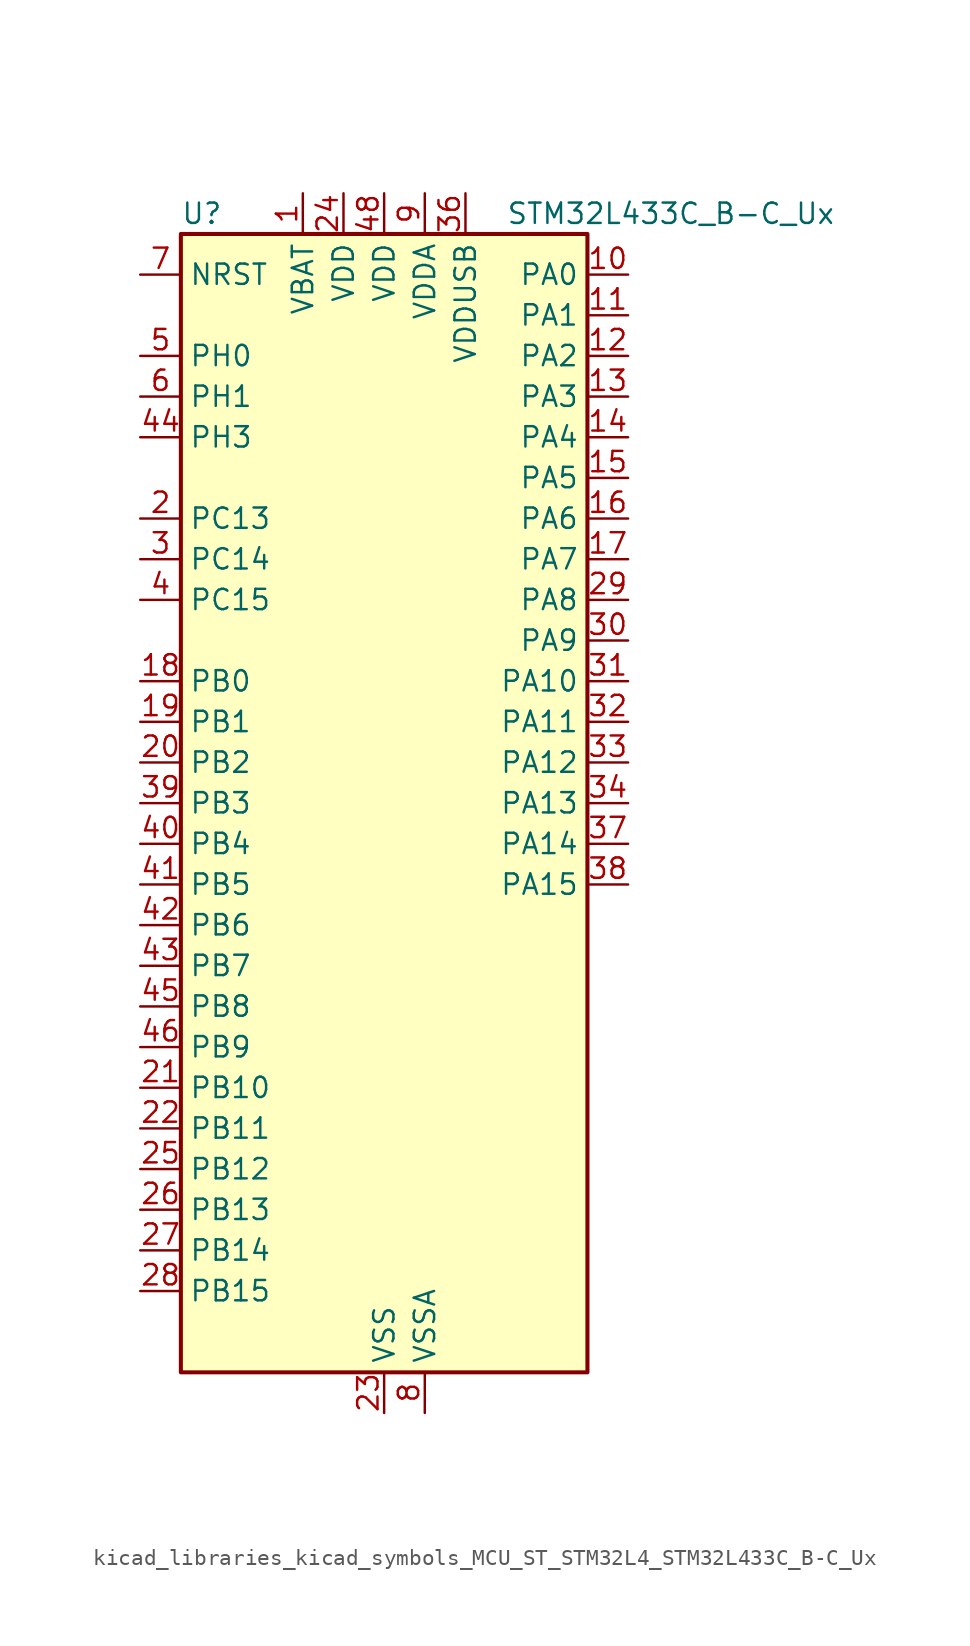
<source format=kicad_sym>
(kicad_symbol_lib
  (version 20220914)
  (generator kicad_symbol_editor)
  (symbol "kicad_libraries_kicad_symbols_MCU_ST_STM32L4_STM32L433C_B-C_Ux"
    (property "Reference" "U"
      (at -12.7 36.83 0)
      (effects (font (size 1.27 1.27)) (justify left)))
    (property "Value" "STM32L433C_B-C_Ux"
      (at 7.62 36.83 0)
      (effects (font (size 1.27 1.27)) (justify left)))
    (property "ki_locked" ""
      (at 0 0 0)
      (effects (font (size 1.27 1.27))))
    (symbol "kicad_libraries_kicad_symbols_MCU_ST_STM32L4_STM32L433C_B-C_Ux_0_1"
      (rectangle (start -12.7 -35.56) (end 12.7 35.56) (stroke (width 0.254) (type default)) (fill (type background))))
    (symbol "kicad_libraries_kicad_symbols_MCU_ST_STM32L4_STM32L433C_B-C_Ux_1_1"
      (pin power_in line (at -5.08 38.1 270) (length 2.54) (name "VBAT" (effects (font (size 1.27 1.27)))) (number "1" (effects (font (size 1.27 1.27)))))
      (pin bidirectional line (at 15.24 33.02 180) (length 2.54) (name "PA0" (effects (font (size 1.27 1.27)))) (number "10" (effects (font (size 1.27 1.27)))) (alternate "ADC1_IN5" bidirectional line) (alternate "COMP1_INM" bidirectional line) (alternate "COMP1_OUT" bidirectional line) (alternate "OPAMP1_VINP" bidirectional line) (alternate "RTC_TAMP2" bidirectional line) (alternate "SAI1_EXTCLK" bidirectional line) (alternate "SYS_WKUP1" bidirectional line) (alternate "TIM2_CH1" bidirectional line) (alternate "TIM2_ETR" bidirectional line) (alternate "USART2_CTS" bidirectional line))
      (pin bidirectional line (at 15.24 30.48 180) (length 2.54) (name "PA1" (effects (font (size 1.27 1.27)))) (number "11" (effects (font (size 1.27 1.27)))) (alternate "ADC1_IN6" bidirectional line) (alternate "COMP1_INP" bidirectional line) (alternate "I2C1_SMBA" bidirectional line) (alternate "LCD_SEG0" bidirectional line) (alternate "OPAMP1_VINM" bidirectional line) (alternate "SPI1_SCK" bidirectional line) (alternate "TIM15_CH1N" bidirectional line) (alternate "TIM2_CH2" bidirectional line) (alternate "USART2_DE" bidirectional line) (alternate "USART2_RTS" bidirectional line))
      (pin bidirectional line (at 15.24 27.94 180) (length 2.54) (name "PA2" (effects (font (size 1.27 1.27)))) (number "12" (effects (font (size 1.27 1.27)))) (alternate "ADC1_IN7" bidirectional line) (alternate "COMP2_INM" bidirectional line) (alternate "COMP2_OUT" bidirectional line) (alternate "LCD_SEG1" bidirectional line) (alternate "LPUART1_TX" bidirectional line) (alternate "QUADSPI_BK1_NCS" bidirectional line) (alternate "RCC_LSCO" bidirectional line) (alternate "SYS_WKUP4" bidirectional line) (alternate "TIM15_CH1" bidirectional line) (alternate "TIM2_CH3" bidirectional line) (alternate "USART2_TX" bidirectional line))
      (pin bidirectional line (at 15.24 25.4 180) (length 2.54) (name "PA3" (effects (font (size 1.27 1.27)))) (number "13" (effects (font (size 1.27 1.27)))) (alternate "ADC1_IN8" bidirectional line) (alternate "COMP2_INP" bidirectional line) (alternate "LCD_SEG2" bidirectional line) (alternate "LPUART1_RX" bidirectional line) (alternate "OPAMP1_VOUT" bidirectional line) (alternate "QUADSPI_CLK" bidirectional line) (alternate "SAI1_MCLK_A" bidirectional line) (alternate "TIM15_CH2" bidirectional line) (alternate "TIM2_CH4" bidirectional line) (alternate "USART2_RX" bidirectional line))
      (pin bidirectional line (at 15.24 22.86 180) (length 2.54) (name "PA4" (effects (font (size 1.27 1.27)))) (number "14" (effects (font (size 1.27 1.27)))) (alternate "ADC1_IN9" bidirectional line) (alternate "COMP1_INM" bidirectional line) (alternate "COMP2_INM" bidirectional line) (alternate "DAC1_OUT1" bidirectional line) (alternate "LPTIM2_OUT" bidirectional line) (alternate "SAI1_FS_B" bidirectional line) (alternate "SPI1_NSS" bidirectional line) (alternate "SPI3_NSS" bidirectional line) (alternate "USART2_CK" bidirectional line))
      (pin bidirectional line (at 15.24 20.32 180) (length 2.54) (name "PA5" (effects (font (size 1.27 1.27)))) (number "15" (effects (font (size 1.27 1.27)))) (alternate "ADC1_IN10" bidirectional line) (alternate "COMP1_INM" bidirectional line) (alternate "COMP2_INM" bidirectional line) (alternate "DAC1_OUT2" bidirectional line) (alternate "LPTIM2_ETR" bidirectional line) (alternate "SPI1_SCK" bidirectional line) (alternate "TIM2_CH1" bidirectional line) (alternate "TIM2_ETR" bidirectional line))
      (pin bidirectional line (at 15.24 17.78 180) (length 2.54) (name "PA6" (effects (font (size 1.27 1.27)))) (number "16" (effects (font (size 1.27 1.27)))) (alternate "ADC1_IN11" bidirectional line) (alternate "COMP1_OUT" bidirectional line) (alternate "LCD_SEG3" bidirectional line) (alternate "LPUART1_CTS" bidirectional line) (alternate "QUADSPI_BK1_IO3" bidirectional line) (alternate "SPI1_MISO" bidirectional line) (alternate "TIM16_CH1" bidirectional line) (alternate "TIM1_BKIN" bidirectional line) (alternate "TIM1_BKIN_COMP2" bidirectional line) (alternate "USART3_CTS" bidirectional line))
      (pin bidirectional line (at 15.24 15.24 180) (length 2.54) (name "PA7" (effects (font (size 1.27 1.27)))) (number "17" (effects (font (size 1.27 1.27)))) (alternate "ADC1_IN12" bidirectional line) (alternate "COMP2_OUT" bidirectional line) (alternate "I2C3_SCL" bidirectional line) (alternate "LCD_SEG4" bidirectional line) (alternate "QUADSPI_BK1_IO2" bidirectional line) (alternate "SPI1_MOSI" bidirectional line) (alternate "TIM1_CH1N" bidirectional line))
      (pin bidirectional line (at -15.24 7.62 0) (length 2.54) (name "PB0" (effects (font (size 1.27 1.27)))) (number "18" (effects (font (size 1.27 1.27)))) (alternate "ADC1_IN15" bidirectional line) (alternate "COMP1_OUT" bidirectional line) (alternate "LCD_SEG5" bidirectional line) (alternate "QUADSPI_BK1_IO1" bidirectional line) (alternate "SAI1_EXTCLK" bidirectional line) (alternate "SPI1_NSS" bidirectional line) (alternate "TIM1_CH2N" bidirectional line) (alternate "USART3_CK" bidirectional line))
      (pin bidirectional line (at -15.24 5.08 0) (length 2.54) (name "PB1" (effects (font (size 1.27 1.27)))) (number "19" (effects (font (size 1.27 1.27)))) (alternate "ADC1_IN16" bidirectional line) (alternate "COMP1_INM" bidirectional line) (alternate "LCD_SEG6" bidirectional line) (alternate "LPTIM2_IN1" bidirectional line) (alternate "LPUART1_DE" bidirectional line) (alternate "LPUART1_RTS" bidirectional line) (alternate "QUADSPI_BK1_IO0" bidirectional line) (alternate "TIM1_CH3N" bidirectional line) (alternate "USART3_DE" bidirectional line) (alternate "USART3_RTS" bidirectional line))
      (pin bidirectional line (at -15.24 17.78 0) (length 2.54) (name "PC13" (effects (font (size 1.27 1.27)))) (number "2" (effects (font (size 1.27 1.27)))) (alternate "RTC_OUT_ALARM" bidirectional line) (alternate "RTC_OUT_CALIB" bidirectional line) (alternate "RTC_TAMP1" bidirectional line) (alternate "RTC_TS" bidirectional line) (alternate "SYS_WKUP2" bidirectional line))
      (pin bidirectional line (at -15.24 2.54 0) (length 2.54) (name "PB2" (effects (font (size 1.27 1.27)))) (number "20" (effects (font (size 1.27 1.27)))) (alternate "COMP1_INP" bidirectional line) (alternate "I2C3_SMBA" bidirectional line) (alternate "LCD_VLCD" bidirectional line) (alternate "LPTIM1_OUT" bidirectional line) (alternate "RTC_OUT_ALARM" bidirectional line) (alternate "RTC_OUT_CALIB" bidirectional line))
      (pin bidirectional line (at -15.24 -17.78 0) (length 2.54) (name "PB10" (effects (font (size 1.27 1.27)))) (number "21" (effects (font (size 1.27 1.27)))) (alternate "COMP1_OUT" bidirectional line) (alternate "I2C2_SCL" bidirectional line) (alternate "LCD_SEG10" bidirectional line) (alternate "LPUART1_RX" bidirectional line) (alternate "QUADSPI_CLK" bidirectional line) (alternate "SAI1_SCK_A" bidirectional line) (alternate "SPI2_SCK" bidirectional line) (alternate "TIM2_CH3" bidirectional line) (alternate "TSC_SYNC" bidirectional line) (alternate "USART3_TX" bidirectional line))
      (pin bidirectional line (at -15.24 -20.32 0) (length 2.54) (name "PB11" (effects (font (size 1.27 1.27)))) (number "22" (effects (font (size 1.27 1.27)))) (alternate "ADC1_EXTI11" bidirectional line) (alternate "COMP2_OUT" bidirectional line) (alternate "I2C2_SDA" bidirectional line) (alternate "LCD_SEG11" bidirectional line) (alternate "LPUART1_TX" bidirectional line) (alternate "QUADSPI_BK1_NCS" bidirectional line) (alternate "TIM2_CH4" bidirectional line) (alternate "USART3_RX" bidirectional line))
      (pin power_in line (at 0 -38.1 90) (length 2.54) (name "VSS" (effects (font (size 1.27 1.27)))) (number "23" (effects (font (size 1.27 1.27)))))
      (pin power_in line (at -2.54 38.1 270) (length 2.54) (name "VDD" (effects (font (size 1.27 1.27)))) (number "24" (effects (font (size 1.27 1.27)))))
      (pin bidirectional line (at -15.24 -22.86 0) (length 2.54) (name "PB12" (effects (font (size 1.27 1.27)))) (number "25" (effects (font (size 1.27 1.27)))) (alternate "I2C2_SMBA" bidirectional line) (alternate "LCD_SEG12" bidirectional line) (alternate "LPUART1_DE" bidirectional line) (alternate "LPUART1_RTS" bidirectional line) (alternate "SAI1_FS_A" bidirectional line) (alternate "SPI2_NSS" bidirectional line) (alternate "SWPMI1_IO" bidirectional line) (alternate "TIM15_BKIN" bidirectional line) (alternate "TIM1_BKIN" bidirectional line) (alternate "TIM1_BKIN_COMP2" bidirectional line) (alternate "TSC_G1_IO1" bidirectional line) (alternate "USART3_CK" bidirectional line))
      (pin bidirectional line (at -15.24 -25.4 0) (length 2.54) (name "PB13" (effects (font (size 1.27 1.27)))) (number "26" (effects (font (size 1.27 1.27)))) (alternate "I2C2_SCL" bidirectional line) (alternate "LCD_SEG13" bidirectional line) (alternate "LPUART1_CTS" bidirectional line) (alternate "SAI1_SCK_A" bidirectional line) (alternate "SPI2_SCK" bidirectional line) (alternate "SWPMI1_TX" bidirectional line) (alternate "TIM15_CH1N" bidirectional line) (alternate "TIM1_CH1N" bidirectional line) (alternate "TSC_G1_IO2" bidirectional line) (alternate "USART3_CTS" bidirectional line))
      (pin bidirectional line (at -15.24 -27.94 0) (length 2.54) (name "PB14" (effects (font (size 1.27 1.27)))) (number "27" (effects (font (size 1.27 1.27)))) (alternate "I2C2_SDA" bidirectional line) (alternate "LCD_SEG14" bidirectional line) (alternate "SAI1_MCLK_A" bidirectional line) (alternate "SPI2_MISO" bidirectional line) (alternate "SWPMI1_RX" bidirectional line) (alternate "TIM15_CH1" bidirectional line) (alternate "TIM1_CH2N" bidirectional line) (alternate "TSC_G1_IO3" bidirectional line) (alternate "USART3_DE" bidirectional line) (alternate "USART3_RTS" bidirectional line))
      (pin bidirectional line (at -15.24 -30.48 0) (length 2.54) (name "PB15" (effects (font (size 1.27 1.27)))) (number "28" (effects (font (size 1.27 1.27)))) (alternate "ADC1_EXTI15" bidirectional line) (alternate "LCD_SEG15" bidirectional line) (alternate "RTC_REFIN" bidirectional line) (alternate "SAI1_SD_A" bidirectional line) (alternate "SPI2_MOSI" bidirectional line) (alternate "SWPMI1_SUSPEND" bidirectional line) (alternate "TIM15_CH2" bidirectional line) (alternate "TIM1_CH3N" bidirectional line) (alternate "TSC_G1_IO4" bidirectional line))
      (pin bidirectional line (at 15.24 12.7 180) (length 2.54) (name "PA8" (effects (font (size 1.27 1.27)))) (number "29" (effects (font (size 1.27 1.27)))) (alternate "LCD_COM0" bidirectional line) (alternate "LPTIM2_OUT" bidirectional line) (alternate "RCC_MCO" bidirectional line) (alternate "SAI1_SCK_A" bidirectional line) (alternate "SWPMI1_IO" bidirectional line) (alternate "TIM1_CH1" bidirectional line) (alternate "USART1_CK" bidirectional line))
      (pin bidirectional line (at -15.24 15.24 0) (length 2.54) (name "PC14" (effects (font (size 1.27 1.27)))) (number "3" (effects (font (size 1.27 1.27)))) (alternate "RCC_OSC32_IN" bidirectional line))
      (pin bidirectional line (at 15.24 10.16 180) (length 2.54) (name "PA9" (effects (font (size 1.27 1.27)))) (number "30" (effects (font (size 1.27 1.27)))) (alternate "DAC1_EXTI9" bidirectional line) (alternate "I2C1_SCL" bidirectional line) (alternate "LCD_COM1" bidirectional line) (alternate "SAI1_FS_A" bidirectional line) (alternate "TIM15_BKIN" bidirectional line) (alternate "TIM1_CH2" bidirectional line) (alternate "USART1_TX" bidirectional line))
      (pin bidirectional line (at 15.24 7.62 180) (length 2.54) (name "PA10" (effects (font (size 1.27 1.27)))) (number "31" (effects (font (size 1.27 1.27)))) (alternate "CRS_SYNC" bidirectional line) (alternate "I2C1_SDA" bidirectional line) (alternate "LCD_COM2" bidirectional line) (alternate "SAI1_SD_A" bidirectional line) (alternate "TIM1_CH3" bidirectional line) (alternate "USART1_RX" bidirectional line))
      (pin bidirectional line (at 15.24 5.08 180) (length 2.54) (name "PA11" (effects (font (size 1.27 1.27)))) (number "32" (effects (font (size 1.27 1.27)))) (alternate "ADC1_EXTI11" bidirectional line) (alternate "CAN1_RX" bidirectional line) (alternate "COMP1_OUT" bidirectional line) (alternate "SPI1_MISO" bidirectional line) (alternate "TIM1_BKIN2" bidirectional line) (alternate "TIM1_BKIN2_COMP1" bidirectional line) (alternate "TIM1_CH4" bidirectional line) (alternate "USART1_CTS" bidirectional line) (alternate "USB_DM" bidirectional line))
      (pin bidirectional line (at 15.24 2.54 180) (length 2.54) (name "PA12" (effects (font (size 1.27 1.27)))) (number "33" (effects (font (size 1.27 1.27)))) (alternate "CAN1_TX" bidirectional line) (alternate "SPI1_MOSI" bidirectional line) (alternate "TIM1_ETR" bidirectional line) (alternate "USART1_DE" bidirectional line) (alternate "USART1_RTS" bidirectional line) (alternate "USB_DP" bidirectional line))
      (pin bidirectional line (at 15.24 0 180) (length 2.54) (name "PA13" (effects (font (size 1.27 1.27)))) (number "34" (effects (font (size 1.27 1.27)))) (alternate "IR_OUT" bidirectional line) (alternate "SAI1_SD_B" bidirectional line) (alternate "SWPMI1_TX" bidirectional line) (alternate "SYS_JTMS-SWDIO" bidirectional line) (alternate "USB_NOE" bidirectional line))
      (pin passive line (at 0 -38.1 90) (length 2.54) hide (name "VSS" (effects (font (size 1.27 1.27)))) (number "35" (effects (font (size 1.27 1.27)))))
      (pin power_in line (at 5.08 38.1 270) (length 2.54) (name "VDDUSB" (effects (font (size 1.27 1.27)))) (number "36" (effects (font (size 1.27 1.27)))))
      (pin bidirectional line (at 15.24 -2.54 180) (length 2.54) (name "PA14" (effects (font (size 1.27 1.27)))) (number "37" (effects (font (size 1.27 1.27)))) (alternate "I2C1_SMBA" bidirectional line) (alternate "LPTIM1_OUT" bidirectional line) (alternate "SAI1_FS_B" bidirectional line) (alternate "SWPMI1_RX" bidirectional line) (alternate "SYS_JTCK-SWCLK" bidirectional line))
      (pin bidirectional line (at 15.24 -5.08 180) (length 2.54) (name "PA15" (effects (font (size 1.27 1.27)))) (number "38" (effects (font (size 1.27 1.27)))) (alternate "ADC1_EXTI15" bidirectional line) (alternate "LCD_SEG17" bidirectional line) (alternate "SPI1_NSS" bidirectional line) (alternate "SPI3_NSS" bidirectional line) (alternate "SWPMI1_SUSPEND" bidirectional line) (alternate "SYS_JTDI" bidirectional line) (alternate "TIM2_CH1" bidirectional line) (alternate "TIM2_ETR" bidirectional line) (alternate "USART2_RX" bidirectional line) (alternate "USART3_DE" bidirectional line) (alternate "USART3_RTS" bidirectional line))
      (pin bidirectional line (at -15.24 0 0) (length 2.54) (name "PB3" (effects (font (size 1.27 1.27)))) (number "39" (effects (font (size 1.27 1.27)))) (alternate "COMP2_INM" bidirectional line) (alternate "LCD_SEG7" bidirectional line) (alternate "SAI1_SCK_B" bidirectional line) (alternate "SPI1_SCK" bidirectional line) (alternate "SPI3_SCK" bidirectional line) (alternate "SYS_JTDO-SWO" bidirectional line) (alternate "TIM2_CH2" bidirectional line) (alternate "USART1_DE" bidirectional line) (alternate "USART1_RTS" bidirectional line))
      (pin bidirectional line (at -15.24 12.7 0) (length 2.54) (name "PC15" (effects (font (size 1.27 1.27)))) (number "4" (effects (font (size 1.27 1.27)))) (alternate "ADC1_EXTI15" bidirectional line) (alternate "RCC_OSC32_OUT" bidirectional line))
      (pin bidirectional line (at -15.24 -2.54 0) (length 2.54) (name "PB4" (effects (font (size 1.27 1.27)))) (number "40" (effects (font (size 1.27 1.27)))) (alternate "COMP2_INP" bidirectional line) (alternate "I2C3_SDA" bidirectional line) (alternate "LCD_SEG8" bidirectional line) (alternate "SAI1_MCLK_B" bidirectional line) (alternate "SPI1_MISO" bidirectional line) (alternate "SPI3_MISO" bidirectional line) (alternate "SYS_JTRST" bidirectional line) (alternate "TSC_G2_IO1" bidirectional line) (alternate "USART1_CTS" bidirectional line))
      (pin bidirectional line (at -15.24 -5.08 0) (length 2.54) (name "PB5" (effects (font (size 1.27 1.27)))) (number "41" (effects (font (size 1.27 1.27)))) (alternate "COMP2_OUT" bidirectional line) (alternate "I2C1_SMBA" bidirectional line) (alternate "LCD_SEG9" bidirectional line) (alternate "LPTIM1_IN1" bidirectional line) (alternate "SAI1_SD_B" bidirectional line) (alternate "SPI1_MOSI" bidirectional line) (alternate "SPI3_MOSI" bidirectional line) (alternate "TIM16_BKIN" bidirectional line) (alternate "TSC_G2_IO2" bidirectional line) (alternate "USART1_CK" bidirectional line))
      (pin bidirectional line (at -15.24 -7.62 0) (length 2.54) (name "PB6" (effects (font (size 1.27 1.27)))) (number "42" (effects (font (size 1.27 1.27)))) (alternate "COMP2_INP" bidirectional line) (alternate "I2C1_SCL" bidirectional line) (alternate "LPTIM1_ETR" bidirectional line) (alternate "SAI1_FS_B" bidirectional line) (alternate "TIM16_CH1N" bidirectional line) (alternate "TSC_G2_IO3" bidirectional line) (alternate "USART1_TX" bidirectional line))
      (pin bidirectional line (at -15.24 -10.16 0) (length 2.54) (name "PB7" (effects (font (size 1.27 1.27)))) (number "43" (effects (font (size 1.27 1.27)))) (alternate "COMP2_INM" bidirectional line) (alternate "I2C1_SDA" bidirectional line) (alternate "LCD_SEG21" bidirectional line) (alternate "LPTIM1_IN2" bidirectional line) (alternate "SYS_PVD_IN" bidirectional line) (alternate "TSC_G2_IO4" bidirectional line) (alternate "USART1_RX" bidirectional line))
      (pin bidirectional line (at -15.24 22.86 0) (length 2.54) (name "PH3" (effects (font (size 1.27 1.27)))) (number "44" (effects (font (size 1.27 1.27)))))
      (pin bidirectional line (at -15.24 -12.7 0) (length 2.54) (name "PB8" (effects (font (size 1.27 1.27)))) (number "45" (effects (font (size 1.27 1.27)))) (alternate "CAN1_RX" bidirectional line) (alternate "I2C1_SCL" bidirectional line) (alternate "LCD_SEG16" bidirectional line) (alternate "SAI1_MCLK_A" bidirectional line) (alternate "TIM16_CH1" bidirectional line))
      (pin bidirectional line (at -15.24 -15.24 0) (length 2.54) (name "PB9" (effects (font (size 1.27 1.27)))) (number "46" (effects (font (size 1.27 1.27)))) (alternate "CAN1_TX" bidirectional line) (alternate "DAC1_EXTI9" bidirectional line) (alternate "I2C1_SDA" bidirectional line) (alternate "IR_OUT" bidirectional line) (alternate "LCD_COM3" bidirectional line) (alternate "SAI1_FS_A" bidirectional line) (alternate "SPI2_NSS" bidirectional line))
      (pin passive line (at 0 -38.1 90) (length 2.54) hide (name "VSS" (effects (font (size 1.27 1.27)))) (number "47" (effects (font (size 1.27 1.27)))))
      (pin power_in line (at 0 38.1 270) (length 2.54) (name "VDD" (effects (font (size 1.27 1.27)))) (number "48" (effects (font (size 1.27 1.27)))))
      (pin passive line (at 0 -38.1 90) (length 2.54) hide (name "VSS" (effects (font (size 1.27 1.27)))) (number "49" (effects (font (size 1.27 1.27)))))
      (pin bidirectional line (at -15.24 27.94 0) (length 2.54) (name "PH0" (effects (font (size 1.27 1.27)))) (number "5" (effects (font (size 1.27 1.27)))) (alternate "RCC_OSC_IN" bidirectional line))
      (pin bidirectional line (at -15.24 25.4 0) (length 2.54) (name "PH1" (effects (font (size 1.27 1.27)))) (number "6" (effects (font (size 1.27 1.27)))) (alternate "RCC_OSC_OUT" bidirectional line))
      (pin input line (at -15.24 33.02 0) (length 2.54) (name "NRST" (effects (font (size 1.27 1.27)))) (number "7" (effects (font (size 1.27 1.27)))))
      (pin power_in line (at 2.54 -38.1 90) (length 2.54) (name "VSSA" (effects (font (size 1.27 1.27)))) (number "8" (effects (font (size 1.27 1.27)))))
      (pin power_in line (at 2.54 38.1 270) (length 2.54) (name "VDDA" (effects (font (size 1.27 1.27)))) (number "9" (effects (font (size 1.27 1.27))))))))
</source>
